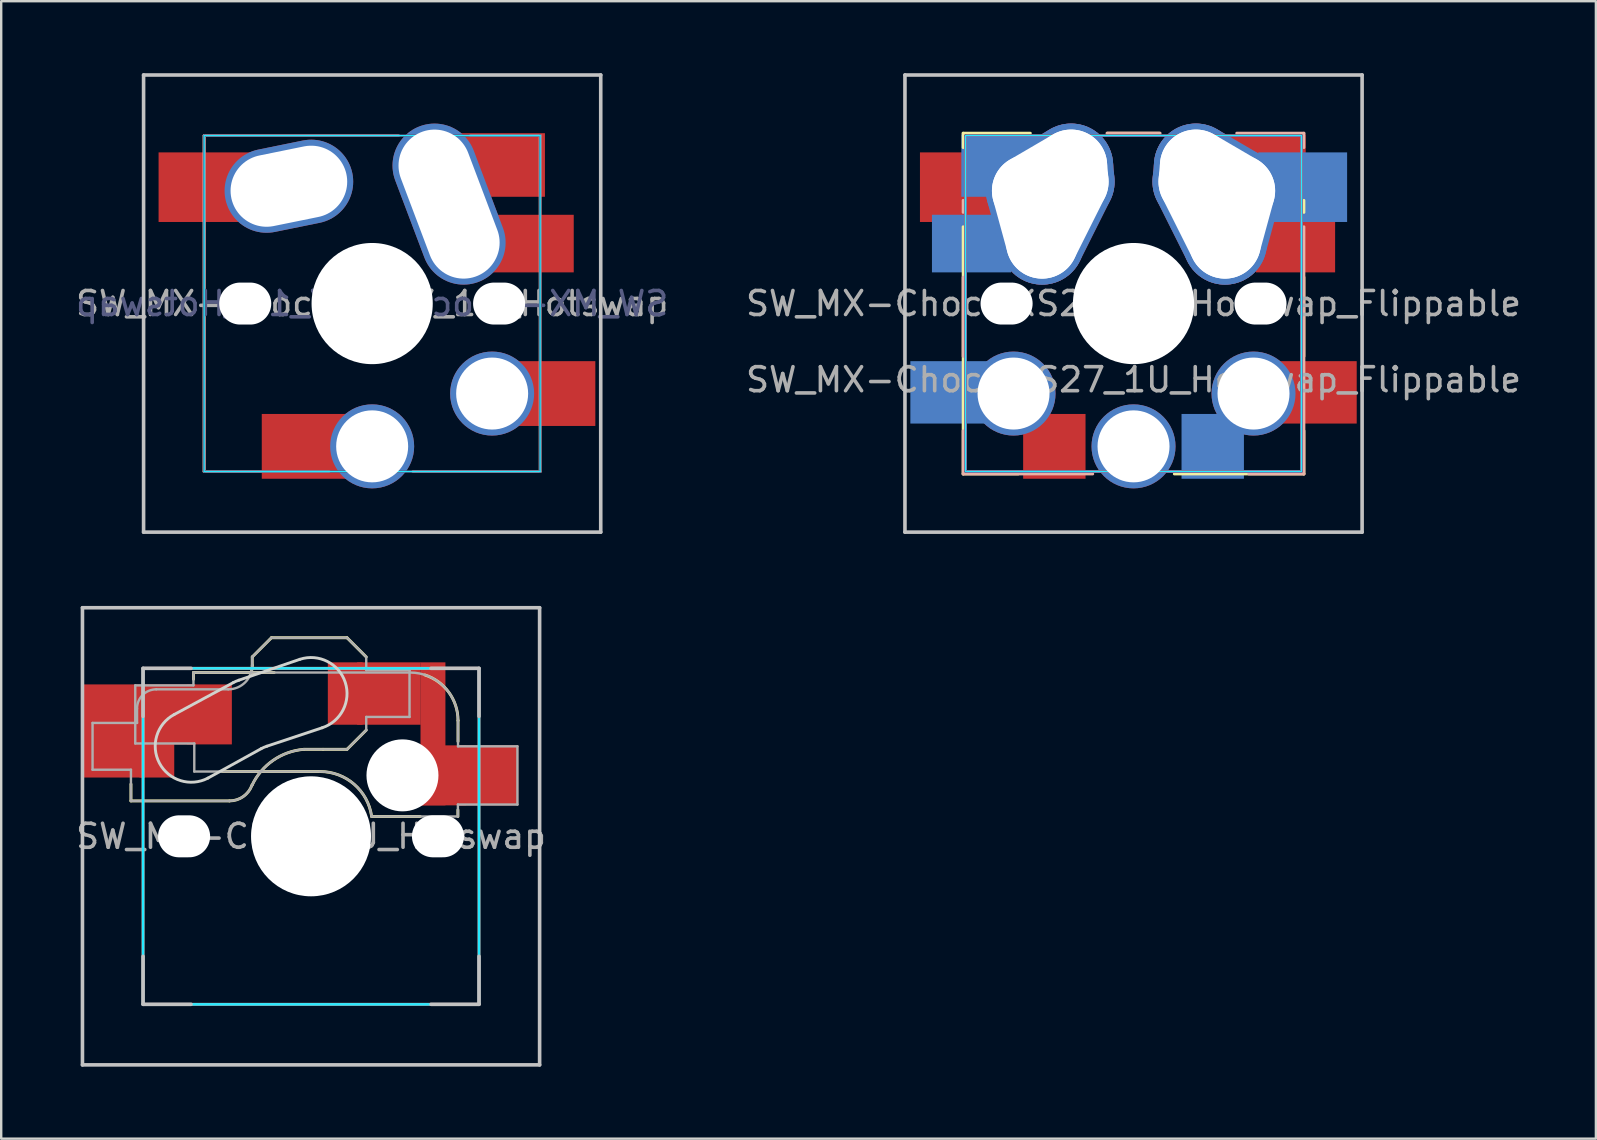
<source format=kicad_pcb>
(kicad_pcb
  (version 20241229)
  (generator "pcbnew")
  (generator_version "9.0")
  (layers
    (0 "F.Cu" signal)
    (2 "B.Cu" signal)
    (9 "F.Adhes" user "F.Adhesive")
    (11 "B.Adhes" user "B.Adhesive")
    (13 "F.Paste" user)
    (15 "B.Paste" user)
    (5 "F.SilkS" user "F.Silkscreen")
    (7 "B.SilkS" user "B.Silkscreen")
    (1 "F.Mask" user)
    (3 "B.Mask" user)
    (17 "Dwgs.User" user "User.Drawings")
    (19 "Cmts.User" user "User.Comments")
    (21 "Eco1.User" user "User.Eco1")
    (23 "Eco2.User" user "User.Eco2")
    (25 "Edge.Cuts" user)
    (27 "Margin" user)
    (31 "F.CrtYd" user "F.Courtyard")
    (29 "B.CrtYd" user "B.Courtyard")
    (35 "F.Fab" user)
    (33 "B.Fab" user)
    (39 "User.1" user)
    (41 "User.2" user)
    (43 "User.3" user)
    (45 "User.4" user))
  (footprint "SW_MX-Choc-KS27_1U_Hotswap"
    (layer "F.Cu")
    (at 12.458 9.6)
    (property "Reference" "SW_MX-Choc-KS27_1U_Hotswap" (at 0 0 0) (layer "F.Fab") (effects (font (size 1 1) (thickness 0.15))))
    (attr smd)
    (fp_line (start -7 -7) (end 1.1 -7) (stroke (width 0.12) (type default)) (layer "B.SilkS"))
    (fp_line (start -7 7) (end -7 -7) (stroke (width 0.12) (type default)) (layer "B.SilkS"))
    (fp_line (start -7 7) (end -7 -7) (stroke (width 0.12) (type default)) (layer "B.SilkS"))
    (fp_line (start -1.8 7) (end -7 7) (stroke (width 0.12) (type default)) (layer "B.SilkS"))
    (fp_line (start 4.1 -7) (end 7 -7) (stroke (width 0.12) (type default)) (layer "B.SilkS"))
    (fp_line (start 7 -7) (end 7 7) (stroke (width 0.12) (type default)) (layer "B.SilkS"))
    (fp_line (start 7 7) (end 1.7 7) (stroke (width 0.12) (type default)) (layer "B.SilkS"))
    (fp_line (start -9.525 -9.525) (end 9.525 -9.525) (stroke (width 0.15) (type solid)) (layer "Dwgs.User"))
    (fp_line (start -9.525 9.525) (end -9.525 -9.525) (stroke (width 0.15) (type solid)) (layer "Dwgs.User"))
    (fp_line (start 9.525 -9.525) (end 9.525 9.525) (stroke (width 0.15) (type solid)) (layer "Dwgs.User"))
    (fp_line (start 9.525 9.525) (end -9.525 9.525) (stroke (width 0.15) (type solid)) (layer "Dwgs.User"))
    (fp_line (start -7 -7) (end -7 7) (stroke (width 0.05) (type default)) (layer "B.CrtYd"))
    (fp_line (start -7 7) (end 7 7) (stroke (width 0.05) (type default)) (layer "B.CrtYd"))
    (fp_line (start 7 -7) (end -7 -7) (stroke (width 0.05) (type default)) (layer "B.CrtYd"))
    (fp_line (start 7 7) (end 7 -7) (stroke (width 0.05) (type default)) (layer "B.CrtYd"))
    (fp_line (start -7 -7) (end 7 -7) (stroke (width 0.1) (type solid)) (layer "B.Fab"))
    (fp_line (start -7 7) (end -7 -7) (stroke (width 0.1) (type solid)) (layer "B.Fab"))
    (fp_line (start 7 -7) (end 7 7) (stroke (width 0.1) (type solid)) (layer "B.Fab"))
    (fp_line (start 7 7) (end -7 7) (stroke (width 0.1) (type solid)) (layer "B.Fab"))
    (fp_text user "${REFERENCE}" (at 0 0 0) (layer "B.Fab") (effects (font (size 1 1) (thickness 0.15)) (justify mirror)))
    (pad "" np_thru_hole oval (at -5.29 0) (size 2.17 1.75) (drill oval 2.17 1.75) (layers "*.Cu" "*.Mask"))
    (pad "" np_thru_hole circle (at 0 0 180) (size 5.05 5.05) (drill 5.05) (layers "*.Cu" "*.Mask"))
    (pad "" np_thru_hole oval (at 5.29 0) (size 2.17 1.75) (drill oval 2.17 1.75) (layers "*.Cu" "*.Mask"))
    (pad "1" thru_hole oval (at 3.205 -4.145 110.7) (size 6.931 3.5) (drill oval 6.431 3) (layers "*.Cu" "*.Mask"))
    (pad "1" smd rect (at 4.588 -5.775 180) (size 5.225 2.65) (layers "F.Cu" "F.Mask"))
    (pad "1" thru_hole circle (at 5 3.75) (size 3.5 3.5) (drill 3) (layers "*.Cu" "*.Mask"))
    (pad "1" smd rect (at 6.7 -2.5) (size 3.4 2.4) (layers "F.Cu" "F.Mask"))
    (pad "1" smd rect (at 7.7 3.75) (size 3.2 2.7) (layers "F.Cu" "F.Mask"))
    (pad "2" smd rect (at -6.9 -4.85 180) (size 4 2.9) (layers "F.Cu" "F.Mask"))
    (pad "2" thru_hole oval (at -3.47 -4.89 191.5) (size 5.398 3.5) (drill oval 4.898 3) (layers "*.Cu" "*.Mask"))
    (pad "2" smd rect (at -2.8 5.95) (size 3.6 2.7) (layers "F.Cu" "F.Mask"))
    (pad "2" thru_hole circle (at 0 5.95) (size 3.5 3.5) (drill 3) (layers "*.Cu" "*.Mask")))
  (footprint "SW_MX-Choc_1U_Hotswap"
    (layer "F.Cu")
    (at 9.911 31.8)
    (property "Reference" "SW_MX-Choc_1U_Hotswap" (at 0 0 0) (layer "F.Fab") (effects (font (size 1 1) (thickness 0.15))))
    (attr smd)
    (fp_line (start -7.504 -1.475) (end -7.504 -2.175) (stroke (width 0.12) (type solid)) (layer "F.SilkS"))
    (fp_line (start -7.504 -1.475) (end -3.4 -1.475) (stroke (width 0.12) (type solid)) (layer "F.SilkS"))
    (fp_line (start -4.9 -6.825) (end -4.9 -6.545) (stroke (width 0.12) (type solid)) (layer "F.SilkS"))
    (fp_line (start -3.7 -2.7) (end 0.35 -2.7) (stroke (width 0.12) (type solid)) (layer "F.SilkS"))
    (fp_line (start -2.45 -7.475) (end -2.45 -7.125) (stroke (width 0.12) (type solid)) (layer "F.SilkS"))
    (fp_line (start -2.45 -7.475) (end -1.65 -8.275) (stroke (width 0.12) (type solid)) (layer "F.SilkS"))
    (fp_line (start -1.535 -6.825) (end -4.9 -6.825) (stroke (width 0.12) (type solid)) (layer "F.SilkS"))
    (fp_line (start -0.3 -3.625) (end 0.5 -3.625) (stroke (width 0.12) (type solid)) (layer "F.SilkS"))
    (fp_line (start 1.5 -8.275) (end -1.65 -8.275) (stroke (width 0.12) (type solid)) (layer "F.SilkS"))
    (fp_line (start 1.5 -3.625) (end 0.5 -3.625) (stroke (width 0.12) (type solid)) (layer "F.SilkS"))
    (fp_line (start 1.5 -3.625) (end 2.3 -4.425) (stroke (width 0.12) (type solid)) (layer "F.SilkS"))
    (fp_line (start 2.3 -7.475) (end 1.5 -8.275) (stroke (width 0.12) (type solid)) (layer "F.SilkS"))
    (fp_line (start 2.525 -0.827) (end 4.55 -0.827) (stroke (width 0.12) (type default)) (layer "F.SilkS"))
    (fp_line (start 6.12 -1.1) (end 6.12 -0.825) (stroke (width 0.12) (type solid)) (layer "F.SilkS"))
    (fp_line (start 6.125 -3.95) (end 6.125 -4.825) (stroke (width 0.12) (type solid)) (layer "F.SilkS"))
    (fp_arc (start -2.460307 -2.13298) (mid -2.826423 -1.655848) (end -3.4 -1.475) (stroke (width 0.12) (type solid)) (layer "F.SilkS"))
    (fp_arc (start -2.455444 -2.13293) (mid -1.577272 -3.167235) (end -0.299999 -3.624999) (stroke (width 0.12) (type solid)) (layer "F.SilkS"))
    (fp_arc (start -2.45 -7.125) (mid -2.472936 -6.907711) (end -2.540733 -6.7) (stroke (width 0.12) (type solid)) (layer "F.SilkS"))
    (fp_arc (start 0.375001 -2.7) (mid 1.800996 -2.166219) (end 2.525 -0.826741) (stroke (width 0.12) (type solid)) (layer "F.SilkS"))
    (fp_arc (start 4.742536 -6.724559) (mid 5.742804 -5.999555) (end 6.125 -4.82478) (stroke (width 0.12) (type solid)) (layer "F.SilkS"))
    (fp_rect (start 7 -7) (end -7 7) (stroke (width 0.12) (type solid)) (fill no) (layer "B.SilkS"))
    (fp_line (start -9.525 -9.525) (end -9.525 9.525) (stroke (width 0.15) (type solid)) (layer "Dwgs.User"))
    (fp_line (start -9.525 9.525) (end 9.525 9.525) (stroke (width 0.15) (type solid)) (layer "Dwgs.User"))
    (fp_line (start -7 -7) (end -7 -5) (stroke (width 0.15) (type solid)) (layer "Dwgs.User"))
    (fp_line (start -7 7) (end -7 5) (stroke (width 0.15) (type solid)) (layer "Dwgs.User"))
    (fp_line (start -5 -7) (end -7 -7) (stroke (width 0.15) (type solid)) (layer "Dwgs.User"))
    (fp_line (start -5 7) (end -7 7) (stroke (width 0.15) (type solid)) (layer "Dwgs.User"))
    (fp_line (start 5 -7) (end 7 -7) (stroke (width 0.15) (type solid)) (layer "Dwgs.User"))
    (fp_line (start 7 -7) (end 7 -5) (stroke (width 0.15) (type solid)) (layer "Dwgs.User"))
    (fp_line (start 7 5) (end 7 7) (stroke (width 0.15) (type solid)) (layer "Dwgs.User"))
    (fp_line (start 7 7) (end 5 7) (stroke (width 0.15) (type solid)) (layer "Dwgs.User"))
    (fp_line (start 9.525 -9.525) (end -9.525 -9.525) (stroke (width 0.15) (type solid)) (layer "Dwgs.User"))
    (fp_line (start 9.525 9.525) (end 9.525 -9.525) (stroke (width 0.15) (type solid)) (layer "Dwgs.User"))
    (fp_line (start -3.244 -6.404) (end -5.704 -5.074) (stroke (width 0.12) (type default)) (layer "Edge.Cuts"))
    (fp_line (start -2.076 -3.653) (end -4.296 -2.426) (stroke (width 0.12) (type default)) (layer "Edge.Cuts"))
    (fp_line (start -0.464 -7.377) (end -3.004 -6.507) (stroke (width 0.12) (type default)) (layer "Edge.Cuts"))
    (fp_line (start 0.464 -4.523) (end -1.836 -3.756) (stroke (width 0.12) (type default)) (layer "Edge.Cuts"))
    (fp_arc (start -4.295792 -2.425579) (mid -6.324421 -3.045792) (end -5.704208 -5.074421) (stroke (width 0.12) (type default)) (layer "Edge.Cuts"))
    (fp_arc (start -3.244208 -6.404421) (mid -3.126097 -6.460757) (end -3.003526 -6.506585) (stroke (width 0.12) (type default)) (layer "Edge.Cuts"))
    (fp_arc (start -2.076474 -3.653414) (mid -1.958363 -3.70975) (end -1.835792 -3.755578) (stroke (width 0.12) (type default)) (layer "Edge.Cuts"))
    (fp_arc (start -0.463533 -7.37658) (mid 1.42658 -6.413533) (end 0.463533 -4.52342) (stroke (width 0.12) (type default)) (layer "Edge.Cuts"))
    (fp_rect (start 7 -7) (end -7 7) (stroke (width 0.1) (type solid)) (fill no) (layer "B.CrtYd"))
    (fp_line (start -9.104 -4.725) (end -9.104 -2.775) (stroke (width 0.1) (type solid)) (layer "F.Fab"))
    (fp_line (start -9.104 -2.775) (end -7.504 -2.775) (stroke (width 0.1) (type solid)) (layer "F.Fab"))
    (fp_line (start -7.504 -2.175) (end -7.504 -2.775) (stroke (width 0.1) (type solid)) (layer "F.Fab"))
    (fp_line (start -7.504 -1.475) (end -7.504 -2.175) (stroke (width 0.1) (type solid)) (layer "F.Fab"))
    (fp_line (start -7.504 -1.475) (end -3.4 -1.475) (stroke (width 0.1) (type solid)) (layer "F.Fab"))
    (fp_line (start -7.325 -6.29) (end -4.9 -6.29) (stroke (width 0.1) (type solid)) (layer "F.Fab"))
    (fp_line (start -7.325 -3.87) (end -7.325 -6.29) (stroke (width 0.1) (type solid)) (layer "F.Fab"))
    (fp_line (start -7.25 -5.325) (end -7.25 -4.725) (stroke (width 0.1) (type solid)) (layer "F.Fab"))
    (fp_line (start -7.25 -4.725) (end -9.104 -4.725) (stroke (width 0.1) (type solid)) (layer "F.Fab"))
    (fp_line (start -4.9 -6.825) (end -4.9 -6.29) (stroke (width 0.1) (type solid)) (layer "F.Fab"))
    (fp_line (start -4.865 -3.87) (end -7.325 -3.87) (stroke (width 0.1) (type solid)) (layer "F.Fab"))
    (fp_line (start -4.865 -3.87) (end -4.865 -2.7) (stroke (width 0.1) (type solid)) (layer "F.Fab"))
    (fp_line (start -4.865 -2.7) (end 0.35 -2.7) (stroke (width 0.1) (type solid)) (layer "F.Fab"))
    (fp_line (start -3.45 -6.125) (end -6.45 -6.125) (stroke (width 0.1) (type solid)) (layer "F.Fab"))
    (fp_line (start -2.45 -7.475) (end -2.45 -7.125) (stroke (width 0.1) (type solid)) (layer "F.Fab"))
    (fp_line (start -2.45 -7.475) (end -1.65 -8.275) (stroke (width 0.1) (type solid)) (layer "F.Fab"))
    (fp_line (start 1.5 -8.275) (end -1.65 -8.275) (stroke (width 0.1) (type solid)) (layer "F.Fab"))
    (fp_line (start 1.5 -3.625) (end -0.3 -3.625) (stroke (width 0.1) (type solid)) (layer "F.Fab"))
    (fp_line (start 1.5 -3.625) (end 2.3 -4.425) (stroke (width 0.1) (type solid)) (layer "F.Fab"))
    (fp_line (start 2.3 -7.475) (end 1.5 -8.275) (stroke (width 0.1) (type solid)) (layer "F.Fab"))
    (fp_line (start 2.3 -7.475) (end 2.3 -6.925) (stroke (width 0.1) (type solid)) (layer "F.Fab"))
    (fp_line (start 2.3 -4.975) (end 2.3 -4.425) (stroke (width 0.1) (type solid)) (layer "F.Fab"))
    (fp_line (start 4.085 -6.825) (end -4.9 -6.825) (stroke (width 0.1) (type solid)) (layer "F.Fab"))
    (fp_line (start 4.104 -6.925) (end 2.3 -6.925) (stroke (width 0.1) (type solid)) (layer "F.Fab"))
    (fp_line (start 4.104 -4.975) (end 2.3 -4.975) (stroke (width 0.1) (type solid)) (layer "F.Fab"))
    (fp_line (start 4.104 -4.975) (end 4.104 -6.925) (stroke (width 0.1) (type solid)) (layer "F.Fab"))
    (fp_line (start 6.12 -1.325) (end 6.12 -0.827) (stroke (width 0.1) (type solid)) (layer "F.Fab"))
    (fp_line (start 6.12 -0.827) (end 2.525 -0.827) (stroke (width 0.1) (type solid)) (layer "F.Fab"))
    (fp_line (start 6.125 -3.75) (end 6.125 -4.825) (stroke (width 0.1) (type solid)) (layer "F.Fab"))
    (fp_line (start 6.125 -3.75) (end 8.6 -3.75) (stroke (width 0.1) (type solid)) (layer "F.Fab"))
    (fp_line (start 8.6 -3.75) (end 8.6 -1.325) (stroke (width 0.1) (type solid)) (layer "F.Fab"))
    (fp_line (start 8.6 -1.325) (end 6.12 -1.325) (stroke (width 0.1) (type solid)) (layer "F.Fab"))
    (fp_arc (start -7.25 -5.325) (mid -7.015685 -5.890685) (end -6.45 -6.125) (stroke (width 0.1) (type solid)) (layer "F.Fab"))
    (fp_arc (start -2.460307 -2.13298) (mid -2.826423 -1.655848) (end -3.4 -1.475) (stroke (width 0.1) (type solid)) (layer "F.Fab"))
    (fp_arc (start -2.455444 -2.13293) (mid -1.577272 -3.167235) (end -0.299999 -3.624999) (stroke (width 0.1) (type solid)) (layer "F.Fab"))
    (fp_arc (start -2.45 -7.125) (mid -2.742893 -6.417893) (end -3.45 -6.125) (stroke (width 0.1) (type solid)) (layer "F.Fab"))
    (fp_arc (start 0.375001 -2.7) (mid 1.800996 -2.166219) (end 2.525 -0.826741) (stroke (width 0.1) (type solid)) (layer "F.Fab"))
    (fp_arc (start 4.125 -6.82478) (mid 5.539213 -6.238994) (end 6.125 -4.82478) (stroke (width 0.1) (type solid)) (layer "F.Fab"))
    (pad "" np_thru_hole oval (at -5.29 0) (size 2.17 1.75) (drill oval 2.17 1.75) (layers "*.Cu" "*.Mask"))
    (pad "" np_thru_hole circle (at 0 0 180) (size 5 5) (drill 5) (layers "*.Cu" "*.Mask"))
    (pad "" np_thru_hole circle (at 3.81 -2.54) (size 3 3) (drill 3) (layers "*.Cu" "*.Mask"))
    (pad "" np_thru_hole oval (at 5.29 0) (size 2.17 1.75) (drill oval 2.17 1.75) (layers "*.Cu" "*.Mask"))
    (pad "1" smd rect (at 1.425 -5.95) (size 1.45 2.6) (layers "F.Cu"))
    (pad "1" smd rect (at 3.245 -5.95 180) (size 2.65 2.6) (layers "F.Cu" "F.Mask" "F.Paste"))
    (pad "1" smd rect (at 5.081 -4.27) (size 1.038 5.96) (layers "F.Cu"))
    (pad "1" smd rect (at 5.53 -2.54 180) (size 1.86 2.5) (layers "F.Cu"))
    (pad "1" smd rect (at 7.36 -2.54) (size 2.55 2.5) (layers "F.Cu" "F.Mask" "F.Paste"))
    (pad "2" smd rect (at -8.245 -3.75 180) (size 2.65 2.6) (layers "F.Cu" "F.Mask" "F.Paste"))
    (pad "2" smd rect (at -7.192 -5.08) (size 4.755 2.5) (layers "F.Cu" "F.Mask" "F.Paste"))
    (pad "2" smd rect (at -6.425 -3.75 180) (size 1.45 2.6) (layers "F.Cu"))
    (pad "2" smd rect (at -4.232 -5.08) (size 1.865 2.5) (layers "F.Cu")))
  (footprint "SW_MX-Choc-KS27_1U_Hotswap_Flippable"
    (layer "F.Cu")
    (at 44.185 9.6)
    (property "Reference" "SW_MX-Choc-KS27_1U_Hotswap_Flippable" (at 0 3.175 0) (layer "F.Fab") (effects (font (size 1 1) (thickness 0.15))))
    (attr smd)
    (fp_line (start -7.1 -7.1) (end -7.1 -6.5) (stroke (width 0.12) (type solid)) (layer "F.SilkS"))
    (fp_line (start -7.1 -3.2) (end -7.1 7.1) (stroke (width 0.12) (type solid)) (layer "F.SilkS"))
    (fp_line (start -7.1 7.1) (end -4.8 7.1) (stroke (width 0.12) (type solid)) (layer "F.SilkS"))
    (fp_line (start -7 7) (end 7 7) (stroke (width 0.12) (type default)) (layer "F.SilkS"))
    (fp_line (start -4.3 -7.1) (end -7.1 -7.1) (stroke (width 0.12) (type solid)) (layer "F.SilkS"))
    (fp_line (start 1.1 -7.1) (end -1.1 -7.1) (stroke (width 0.12) (type solid)) (layer "F.SilkS"))
    (fp_line (start 1.7 7.1) (end 7.1 7.1) (stroke (width 0.12) (type solid)) (layer "F.SilkS"))
    (fp_line (start 7 7) (end 7 -7) (stroke (width 0.12) (type default)) (layer "F.SilkS"))
    (fp_line (start 7.1 -3.8) (end 7.1 -4.3) (stroke (width 0.12) (type solid)) (layer "F.SilkS"))
    (fp_line (start 7.1 -1.1) (end 7.1 2.2) (stroke (width 0.12) (type solid)) (layer "F.SilkS"))
    (fp_line (start 7.1 5.3) (end 7.1 7.1) (stroke (width 0.12) (type solid)) (layer "F.SilkS"))
    (fp_line (start -7.1 -3.8) (end -7.1 -4.3) (stroke (width 0.12) (type solid)) (layer "B.SilkS"))
    (fp_line (start -7.1 -1.1) (end -7.1 2.2) (stroke (width 0.12) (type solid)) (layer "B.SilkS"))
    (fp_line (start -7.1 5.3) (end -7.1 7.1) (stroke (width 0.12) (type solid)) (layer "B.SilkS"))
    (fp_line (start -7 7) (end -7 -7) (stroke (width 0.12) (type default)) (layer "B.SilkS"))
    (fp_line (start -1.7 7.1) (end -7.1 7.1) (stroke (width 0.12) (type solid)) (layer "B.SilkS"))
    (fp_line (start -1.1 -7.1) (end 1.1 -7.1) (stroke (width 0.12) (type solid)) (layer "B.SilkS"))
    (fp_line (start 4.3 -7.1) (end 7.1 -7.1) (stroke (width 0.12) (type solid)) (layer "B.SilkS"))
    (fp_line (start 7 7) (end -7 7) (stroke (width 0.12) (type default)) (layer "B.SilkS"))
    (fp_line (start 7.1 -7.1) (end 7.1 -6.5) (stroke (width 0.12) (type solid)) (layer "B.SilkS"))
    (fp_line (start 7.1 -3.2) (end 7.1 7.1) (stroke (width 0.12) (type solid)) (layer "B.SilkS"))
    (fp_line (start 7.1 7.1) (end 4.8 7.1) (stroke (width 0.12) (type solid)) (layer "B.SilkS"))
    (fp_line (start -9.525 -9.525) (end -9.525 9.525) (stroke (width 0.15) (type solid)) (layer "Dwgs.User"))
    (fp_line (start -9.525 9.525) (end 9.525 9.525) (stroke (width 0.15) (type solid)) (layer "Dwgs.User"))
    (fp_line (start 9.525 -9.525) (end -9.525 -9.525) (stroke (width 0.15) (type solid)) (layer "Dwgs.User"))
    (fp_line (start 9.525 9.525) (end 9.525 -9.525) (stroke (width 0.15) (type solid)) (layer "Dwgs.User"))
    (fp_line (start -7 -7) (end -7 7) (stroke (width 0.05) (type default)) (layer "B.CrtYd"))
    (fp_line (start -7 7) (end 7 7) (stroke (width 0.05) (type default)) (layer "B.CrtYd"))
    (fp_line (start 7 -7) (end -7 -7) (stroke (width 0.05) (type default)) (layer "B.CrtYd"))
    (fp_line (start 7 7) (end 7 -7) (stroke (width 0.05) (type default)) (layer "B.CrtYd"))
    (fp_line (start -7 -7) (end 7 -7) (stroke (width 0.05) (type default)) (layer "F.CrtYd"))
    (fp_line (start -7 7) (end -7 -7) (stroke (width 0.05) (type default)) (layer "F.CrtYd"))
    (fp_line (start 7 -7) (end 7 7) (stroke (width 0.05) (type default)) (layer "F.CrtYd"))
    (fp_line (start 7 7) (end -7 7) (stroke (width 0.05) (type default)) (layer "F.CrtYd"))
    (fp_line (start -7 -7) (end 7 -7) (stroke (width 0.1) (type solid)) (layer "B.Fab"))
    (fp_line (start -7 7) (end -7 -7) (stroke (width 0.1) (type solid)) (layer "B.Fab"))
    (fp_line (start 7 -7) (end 7 7) (stroke (width 0.1) (type solid)) (layer "B.Fab"))
    (fp_line (start 7 7) (end -7 7) (stroke (width 0.1) (type solid)) (layer "B.Fab"))
    (fp_line (start -7 -7) (end -7 7) (stroke (width 0.1) (type solid)) (layer "F.Fab"))
    (fp_line (start -7 7) (end 7 7) (stroke (width 0.1) (type solid)) (layer "F.Fab"))
    (fp_line (start 7 -7) (end -7 -7) (stroke (width 0.1) (type solid)) (layer "F.Fab"))
    (fp_line (start 7 7) (end 7 -7) (stroke (width 0.1) (type solid)) (layer "F.Fab"))
    (fp_text user "${REFERENCE}" (at 0 0 0) (layer "F.Fab") (effects (font (size 1 1) (thickness 0.15))))
    (pad "" np_thru_hole oval (at -5.29 0) (size 2.17 1.75) (drill oval 2.17 1.75) (layers "*.Cu" "*.Mask"))
    (pad "" np_thru_hole circle (at 0 0 180) (size 5.05 5.05) (drill 5.05) (layers "*.Cu" "*.Mask"))
    (pad "" thru_hole circle (at 0 5.95) (size 3.5 3.5) (drill 3) (layers "*.Cu" "*.Mask"))
    (pad "" np_thru_hole oval (at 5.29 0) (size 2.17 1.75) (drill oval 2.17 1.75) (layers "*.Cu" "*.Mask"))
    (pad "1" thru_hole oval (at 2.57 -5.415 84.899) (size 4.173 3.5) (drill oval 3.673 3) (layers "*.Cu" "*.Mask"))
    (pad "1" thru_hole oval (at 3.175 -3.81 296.6) (size 6.34 3.5) (drill oval 5.84 3) (layers "*.Cu" "*.Mask"))
    (pad "1" smd rect (at 3.3 5.95) (size 2.6 2.7) (layers "B.Cu" "B.Mask"))
    (pad "1" thru_hole oval (at 3.5 -5.225 329.7) (size 5.584 3.5) (drill oval 5.084 3) (layers "*.Cu" "*.Mask"))
    (pad "1" thru_hole oval (at 4.105 -3.62 74.699) (size 5.739 3.5) (drill oval 5.239 3) (layers "*.Cu" "*.Mask"))
    (pad "1" thru_hole circle (at 5 3.75) (size 3.5 3.5) (drill 3) (layers "*.Cu" "*.Mask"))
    (pad "1" smd rect (at 5.487 -5.75 180) (size 3.375 2.6) (layers "F.Cu" "F.Mask"))
    (pad "1" smd rect (at 6.75 -2.5) (size 3.3 2.4) (layers "F.Cu" "F.Mask"))
    (pad "1" smd rect (at 7.05 -4.85 180) (size 3.7 2.9) (layers "B.Cu" "B.Mask"))
    (pad "1" smd rect (at 7.7 3.7) (size 3.2 2.6) (layers "F.Cu" "F.Mask"))
    (pad "2" smd rect (at -7.7 3.7) (size 3.2 2.6) (layers "B.Cu" "B.Mask"))
    (pad "2" smd rect (at -7.05 -4.85 180) (size 3.7 2.9) (layers "F.Cu" "F.Mask"))
    (pad "2" smd rect (at -6.75 -2.5) (size 3.3 2.4) (layers "B.Cu" "B.Mask"))
    (pad "2" smd rect (at -5.487 -5.75 180) (size 3.375 2.6) (layers "B.Cu" "B.Mask"))
    (pad "2" thru_hole circle (at -5 3.75) (size 3.5 3.5) (drill 3) (layers "*.Cu" "*.Mask"))
    (pad "2" thru_hole oval (at -4.105 -3.62 285.3) (size 5.739 3.5) (drill oval 5.239 3) (layers "*.Cu" "*.Mask"))
    (pad "2" thru_hole oval (at -3.5 -5.225 30.3) (size 5.584 3.5) (drill oval 5.084 3) (layers "*.Cu" "*.Mask"))
    (pad "2" smd rect (at -3.3 5.95) (size 2.6 2.7) (layers "F.Cu" "F.Mask"))
    (pad "2" thru_hole oval (at -3.175 -3.81 63.4) (size 6.34 3.5) (drill oval 5.84 3) (layers "*.Cu" "*.Mask"))
    (pad "2" thru_hole oval (at -2.57 -5.415 275.1) (size 4.173 3.5) (drill oval 3.673 3) (layers "*.Cu" "*.Mask")))
  (gr_rect
    (start -3 -3)
    (end 63.452 44.4)
    (stroke (width 0.1) (type default))
    (fill no)
    (layer "Edge.Cuts")))
</source>
